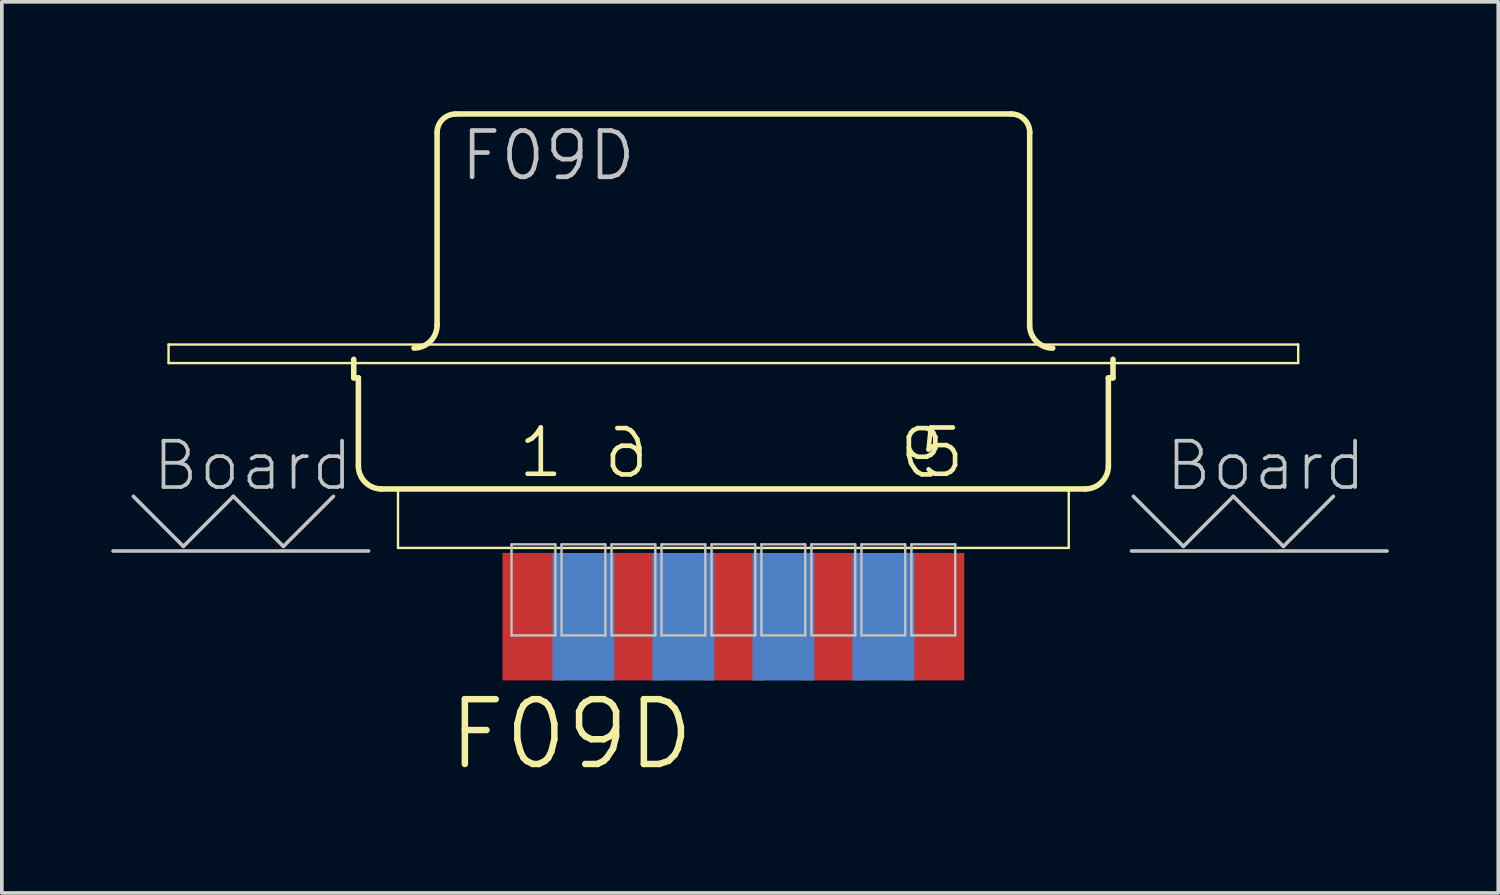
<source format=kicad_pcb>
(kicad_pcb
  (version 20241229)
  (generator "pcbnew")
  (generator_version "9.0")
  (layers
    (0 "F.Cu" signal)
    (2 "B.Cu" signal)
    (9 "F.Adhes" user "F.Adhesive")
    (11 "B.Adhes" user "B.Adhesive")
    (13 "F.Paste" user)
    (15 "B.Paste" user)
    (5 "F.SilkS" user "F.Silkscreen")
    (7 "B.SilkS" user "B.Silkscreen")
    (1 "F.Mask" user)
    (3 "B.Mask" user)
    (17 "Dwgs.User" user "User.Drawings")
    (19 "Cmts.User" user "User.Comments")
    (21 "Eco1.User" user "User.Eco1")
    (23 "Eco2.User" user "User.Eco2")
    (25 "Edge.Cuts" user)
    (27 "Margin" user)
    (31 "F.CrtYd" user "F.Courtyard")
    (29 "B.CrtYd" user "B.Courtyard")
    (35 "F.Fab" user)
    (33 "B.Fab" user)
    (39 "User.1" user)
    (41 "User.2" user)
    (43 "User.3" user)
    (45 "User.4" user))
  (footprint "F09D"
    (layer "F.Cu")
    (at 17.068 7.823)
    (property "Reference" "F09D" (at -4.445 9.271 0) (layer "F.SilkS") (effects (font (size 1.778 1.778) (thickness 0.178))))
    (attr smd)
    (fp_line (start -15.494 -1.422) (end 15.494 -1.422) (stroke (width 0.066) (type solid)) (layer "F.SilkS"))
    (fp_line (start -15.494 -0.914) (end -15.494 -1.422) (stroke (width 0.066) (type solid)) (layer "F.SilkS"))
    (fp_line (start -15.494 -0.914) (end 15.494 -0.914) (stroke (width 0.066) (type solid)) (layer "F.SilkS"))
    (fp_line (start -10.414 -0.508) (end -10.414 -1.016) (stroke (width 0.152) (type solid)) (layer "F.SilkS"))
    (fp_line (start -10.414 -0.508) (end -10.287 -0.508) (stroke (width 0.152) (type solid)) (layer "F.SilkS"))
    (fp_line (start -10.287 1.905) (end -10.287 -0.508) (stroke (width 0.152) (type solid)) (layer "F.SilkS"))
    (fp_line (start -9.67 2.54) (end 9.67 2.54) (stroke (width 0.152) (type solid)) (layer "F.SilkS"))
    (fp_line (start -9.2 2.558) (end 9.2 2.558) (stroke (width 0.066) (type solid)) (layer "F.SilkS"))
    (fp_line (start -9.2 4.158) (end -9.2 2.558) (stroke (width 0.066) (type solid)) (layer "F.SilkS"))
    (fp_line (start -9.2 4.158) (end 9.2 4.158) (stroke (width 0.066) (type solid)) (layer "F.SilkS"))
    (fp_line (start -8.128 -1.958) (end -8.128 -7.236) (stroke (width 0.152) (type solid)) (layer "F.SilkS"))
    (fp_line (start -7.62 -7.747) (end 7.62 -7.747) (stroke (width 0.152) (type solid)) (layer "F.SilkS"))
    (fp_line (start 8.128 -1.958) (end 8.128 -7.236) (stroke (width 0.152) (type solid)) (layer "F.SilkS"))
    (fp_line (start 9.2 4.158) (end 9.2 2.558) (stroke (width 0.066) (type solid)) (layer "F.SilkS"))
    (fp_line (start 10.287 -0.508) (end 10.414 -0.508) (stroke (width 0.152) (type solid)) (layer "F.SilkS"))
    (fp_line (start 10.287 1.905) (end 10.287 -0.508) (stroke (width 0.152) (type solid)) (layer "F.SilkS"))
    (fp_line (start 10.414 -0.508) (end 10.414 -1.016) (stroke (width 0.152) (type solid)) (layer "F.SilkS"))
    (fp_line (start 15.494 -0.914) (end 15.494 -1.422) (stroke (width 0.066) (type solid)) (layer "F.SilkS"))
    (fp_arc (start -9.652 2.54) (mid -10.101013 2.354013) (end -10.287 1.905) (stroke (width 0.1524) (type solid)) (layer "F.SilkS"))
    (fp_arc (start -8.128 -7.23646) (mid -7.97921 -7.59567) (end -7.62 -7.74446) (stroke (width 0.1524) (type solid)) (layer "F.SilkS"))
    (fp_arc (start -8.128 -1.95834) (mid -8.313243 -1.511123) (end -8.76046 -1.32588) (stroke (width 0.1524) (type solid)) (layer "F.SilkS"))
    (fp_arc (start 7.62 -7.747) (mid 7.981006 -7.597466) (end 8.13054 -7.23646) (stroke (width 0.1524) (type solid)) (layer "F.SilkS"))
    (fp_arc (start 8.76046 -1.32334) (mid 8.311447 -1.509327) (end 8.12546 -1.95834) (stroke (width 0.1524) (type solid)) (layer "F.SilkS"))
    (fp_arc (start 10.287 1.905) (mid 10.101013 2.354013) (end 9.652 2.54) (stroke (width 0.1524) (type solid)) (layer "F.SilkS"))
    (fp_line (start -17.018 4.242) (end -10.008 4.242) (stroke (width 0.1) (type solid)) (layer "Dwgs.User"))
    (fp_line (start -16.459 2.743) (end -15.088 4.115) (stroke (width 0.1) (type solid)) (layer "Dwgs.User"))
    (fp_line (start -15.088 4.115) (end -13.716 2.743) (stroke (width 0.1) (type solid)) (layer "Dwgs.User"))
    (fp_line (start -13.716 2.743) (end -12.344 4.115) (stroke (width 0.1) (type solid)) (layer "Dwgs.User"))
    (fp_line (start -12.344 4.115) (end -10.973 2.743) (stroke (width 0.1) (type solid)) (layer "Dwgs.User"))
    (fp_line (start -6.086 4.059) (end -4.884 4.059) (stroke (width 0.066) (type solid)) (layer "Dwgs.User"))
    (fp_line (start -6.086 6.558) (end -6.086 4.059) (stroke (width 0.066) (type solid)) (layer "Dwgs.User"))
    (fp_line (start -6.086 6.558) (end -4.884 6.558) (stroke (width 0.066) (type solid)) (layer "Dwgs.User"))
    (fp_line (start -4.884 6.558) (end -4.884 4.059) (stroke (width 0.066) (type solid)) (layer "Dwgs.User"))
    (fp_line (start -4.714 4.059) (end -3.513 4.059) (stroke (width 0.066) (type solid)) (layer "Dwgs.User"))
    (fp_line (start -4.714 6.558) (end -4.714 4.059) (stroke (width 0.066) (type solid)) (layer "Dwgs.User"))
    (fp_line (start -4.714 6.558) (end -3.513 6.558) (stroke (width 0.066) (type solid)) (layer "Dwgs.User"))
    (fp_line (start -3.513 6.558) (end -3.513 4.059) (stroke (width 0.066) (type solid)) (layer "Dwgs.User"))
    (fp_line (start -3.343 4.059) (end -2.141 4.059) (stroke (width 0.066) (type solid)) (layer "Dwgs.User"))
    (fp_line (start -3.343 6.558) (end -3.343 4.059) (stroke (width 0.066) (type solid)) (layer "Dwgs.User"))
    (fp_line (start -3.343 6.558) (end -2.141 6.558) (stroke (width 0.066) (type solid)) (layer "Dwgs.User"))
    (fp_line (start -2.141 6.558) (end -2.141 4.059) (stroke (width 0.066) (type solid)) (layer "Dwgs.User"))
    (fp_line (start -1.971 4.059) (end -0.77 4.059) (stroke (width 0.066) (type solid)) (layer "Dwgs.User"))
    (fp_line (start -1.971 6.558) (end -1.971 4.059) (stroke (width 0.066) (type solid)) (layer "Dwgs.User"))
    (fp_line (start -1.971 6.558) (end -0.77 6.558) (stroke (width 0.066) (type solid)) (layer "Dwgs.User"))
    (fp_line (start -0.77 6.558) (end -0.77 4.059) (stroke (width 0.066) (type solid)) (layer "Dwgs.User"))
    (fp_line (start -0.599 4.059) (end 0.599 4.059) (stroke (width 0.066) (type solid)) (layer "Dwgs.User"))
    (fp_line (start -0.599 6.558) (end -0.599 4.059) (stroke (width 0.066) (type solid)) (layer "Dwgs.User"))
    (fp_line (start -0.599 6.558) (end 0.599 6.558) (stroke (width 0.066) (type solid)) (layer "Dwgs.User"))
    (fp_line (start 0.599 6.558) (end 0.599 4.059) (stroke (width 0.066) (type solid)) (layer "Dwgs.User"))
    (fp_line (start 0.77 4.059) (end 1.971 4.059) (stroke (width 0.066) (type solid)) (layer "Dwgs.User"))
    (fp_line (start 0.77 6.558) (end 0.77 4.059) (stroke (width 0.066) (type solid)) (layer "Dwgs.User"))
    (fp_line (start 0.77 6.558) (end 1.971 6.558) (stroke (width 0.066) (type solid)) (layer "Dwgs.User"))
    (fp_line (start 1.971 6.558) (end 1.971 4.059) (stroke (width 0.066) (type solid)) (layer "Dwgs.User"))
    (fp_line (start 2.141 4.059) (end 3.343 4.059) (stroke (width 0.066) (type solid)) (layer "Dwgs.User"))
    (fp_line (start 2.141 6.558) (end 2.141 4.059) (stroke (width 0.066) (type solid)) (layer "Dwgs.User"))
    (fp_line (start 2.141 6.558) (end 3.343 6.558) (stroke (width 0.066) (type solid)) (layer "Dwgs.User"))
    (fp_line (start 3.343 6.558) (end 3.343 4.059) (stroke (width 0.066) (type solid)) (layer "Dwgs.User"))
    (fp_line (start 3.513 4.059) (end 4.714 4.059) (stroke (width 0.066) (type solid)) (layer "Dwgs.User"))
    (fp_line (start 3.513 6.558) (end 3.513 4.059) (stroke (width 0.066) (type solid)) (layer "Dwgs.User"))
    (fp_line (start 3.513 6.558) (end 4.714 6.558) (stroke (width 0.066) (type solid)) (layer "Dwgs.User"))
    (fp_line (start 4.714 6.558) (end 4.714 4.059) (stroke (width 0.066) (type solid)) (layer "Dwgs.User"))
    (fp_line (start 4.884 4.059) (end 6.086 4.059) (stroke (width 0.066) (type solid)) (layer "Dwgs.User"))
    (fp_line (start 4.884 6.558) (end 4.884 4.059) (stroke (width 0.066) (type solid)) (layer "Dwgs.User"))
    (fp_line (start 4.884 6.558) (end 6.086 6.558) (stroke (width 0.066) (type solid)) (layer "Dwgs.User"))
    (fp_line (start 6.086 6.558) (end 6.086 4.059) (stroke (width 0.066) (type solid)) (layer "Dwgs.User"))
    (fp_line (start 10.922 4.242) (end 17.932 4.242) (stroke (width 0.1) (type solid)) (layer "Dwgs.User"))
    (fp_line (start 10.973 2.743) (end 12.344 4.115) (stroke (width 0.1) (type solid)) (layer "Dwgs.User"))
    (fp_line (start 12.344 4.115) (end 13.716 2.743) (stroke (width 0.1) (type solid)) (layer "Dwgs.User"))
    (fp_line (start 13.716 2.743) (end 15.088 4.115) (stroke (width 0.1) (type solid)) (layer "Dwgs.User"))
    (fp_line (start 15.088 4.115) (end 16.459 2.743) (stroke (width 0.1) (type solid)) (layer "Dwgs.User"))
    (fp_text user "5" (at 5.718 1.542 0) (layer "F.SilkS") (effects (font (size 1.27 1.27) (thickness 0.127))))
    (fp_text user "9" (at 5.177 1.56 0) (layer "F.SilkS") (effects (font (size 1.27 1.27) (thickness 0.127)) (justify mirror)))
    (fp_text user "1" (at -5.283 1.542 0) (layer "F.SilkS") (effects (font (size 1.27 1.27) (thickness 0.127))))
    (fp_text user "6" (at -2.941 1.56 0) (layer "F.SilkS") (effects (font (size 1.27 1.27) (thickness 0.127)) (justify mirror)))
    (fp_text user "Board" (at 14.605 1.905 0) (layer "Dwgs.User") (effects (font (size 1.27 1.27) (thickness 0.102))))
    (fp_text user "Board " (at -12.7 1.905 0) (layer "Dwgs.User") (effects (font (size 1.27 1.27) (thickness 0.102))))
    (fp_text user "F09D" (at -5.08 -6.604 0) (layer "Dwgs.User") (effects (font (size 1.27 1.27) (thickness 0.127))))
    (pad "1" smd rect (at -5.484 6.043) (size 1.699 3.498) (layers "F.Cu" "F.Mask" "F.Paste"))
    (pad "2" smd rect (at -2.743 6.043) (size 1.699 3.498) (layers "F.Cu" "F.Mask" "F.Paste"))
    (pad "3" smd rect (at 0 6.043) (size 1.699 3.498) (layers "F.Cu" "F.Mask" "F.Paste"))
    (pad "4" smd rect (at 2.743 6.043) (size 1.699 3.498) (layers "F.Cu" "F.Mask" "F.Paste"))
    (pad "5" smd rect (at 5.484 6.043) (size 1.699 3.498) (layers "F.Cu" "F.Mask" "F.Paste"))
    (pad "6" smd rect (at -4.115 6.045) (size 1.699 3.498) (layers "B.Cu" "B.Mask"))
    (pad "7" smd rect (at -1.372 6.045) (size 1.699 3.498) (layers "B.Cu" "B.Mask"))
    (pad "8" smd rect (at 1.372 6.045) (size 1.699 3.498) (layers "B.Cu" "B.Mask"))
    (pad "9" smd rect (at 4.115 6.045) (size 1.699 3.498) (layers "B.Cu" "B.Mask")))
  (gr_rect
    (start -3 -3)
    (end 38.05 21.446)
    (stroke (width 0.1) (type default))
    (fill no)
    (layer "Edge.Cuts")))
</source>
